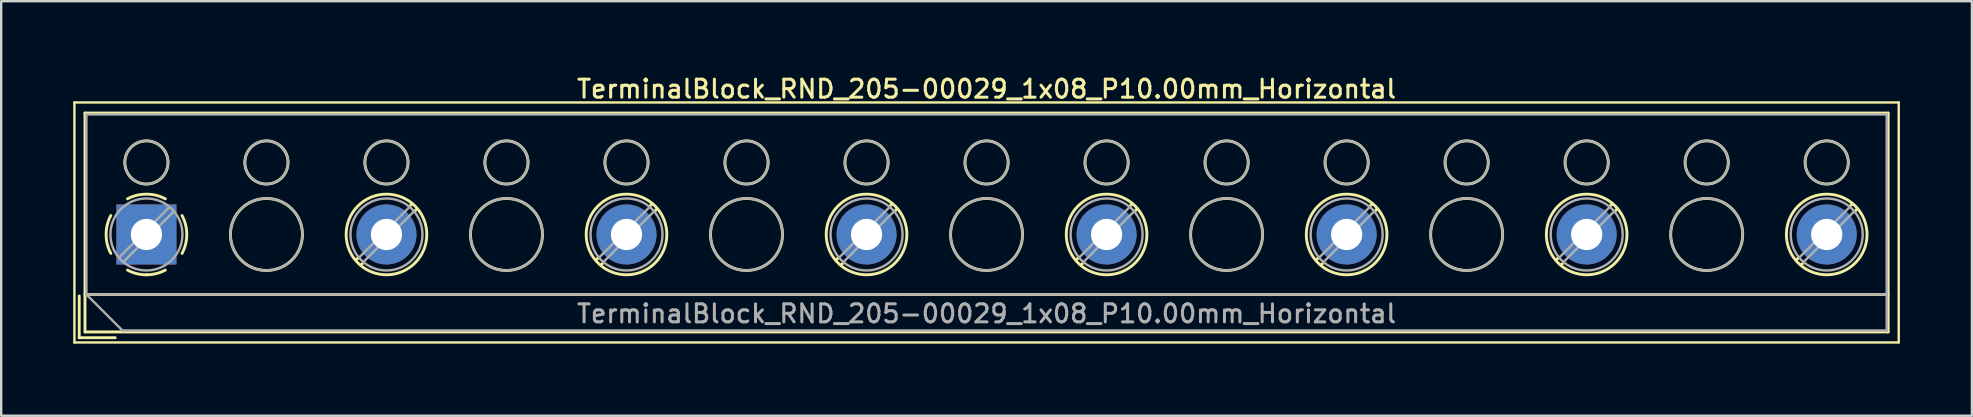
<source format=kicad_pcb>
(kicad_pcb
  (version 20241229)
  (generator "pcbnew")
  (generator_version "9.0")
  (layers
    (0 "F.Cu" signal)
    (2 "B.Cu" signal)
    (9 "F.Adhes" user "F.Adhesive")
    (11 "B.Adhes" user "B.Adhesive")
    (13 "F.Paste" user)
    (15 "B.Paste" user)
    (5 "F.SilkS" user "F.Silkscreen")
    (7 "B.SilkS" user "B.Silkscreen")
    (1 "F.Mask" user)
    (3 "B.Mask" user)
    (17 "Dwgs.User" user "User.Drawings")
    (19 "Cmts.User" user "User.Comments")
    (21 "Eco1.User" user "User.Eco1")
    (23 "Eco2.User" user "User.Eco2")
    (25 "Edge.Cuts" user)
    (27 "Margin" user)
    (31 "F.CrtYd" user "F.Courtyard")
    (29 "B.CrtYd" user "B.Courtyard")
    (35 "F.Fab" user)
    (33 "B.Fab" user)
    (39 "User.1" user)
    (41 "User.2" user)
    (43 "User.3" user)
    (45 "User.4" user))
  (footprint "TerminalBlock_RND_205-00029_1x08_P10.00mm_Horizontal"
    (layer "F.Cu")
    (at 3.05 6.718)
    (property "Reference" "TerminalBlock_RND_205-00029_1x08_P10.00mm_Horizontal" (at 35 -6.06 0) (layer "F.SilkS") (effects (font (size 0.75 0.75) (thickness 0.125))))
    (attr through_hole)
    (fp_line (start -3 -5.5) (end -3 4.5) (stroke (width 0.1) (type solid)) (layer "F.SilkS"))
    (fp_line (start -3 4.5) (end 73 4.5) (stroke (width 0.1) (type solid)) (layer "F.SilkS"))
    (fp_line (start -2.8 2.56) (end -2.8 4.3) (stroke (width 0.12) (type solid)) (layer "F.SilkS"))
    (fp_line (start -2.8 4.3) (end -1.3 4.3) (stroke (width 0.12) (type solid)) (layer "F.SilkS"))
    (fp_line (start -2.56 -5.06) (end -2.56 4.06) (stroke (width 0.12) (type solid)) (layer "F.SilkS"))
    (fp_line (start -2.56 -5.06) (end 72.56 -5.06) (stroke (width 0.12) (type solid)) (layer "F.SilkS"))
    (fp_line (start -2.56 2.5) (end 72.56 2.5) (stroke (width 0.12) (type solid)) (layer "F.SilkS"))
    (fp_line (start -2.56 4.06) (end 72.56 4.06) (stroke (width 0.12) (type solid)) (layer "F.SilkS"))
    (fp_line (start 8.82 0.976) (end 8.726 1.069) (stroke (width 0.12) (type solid)) (layer "F.SilkS"))
    (fp_line (start 8.99 1.216) (end 8.931 1.274) (stroke (width 0.12) (type solid)) (layer "F.SilkS"))
    (fp_line (start 11.07 -1.275) (end 11.011 -1.216) (stroke (width 0.12) (type solid)) (layer "F.SilkS"))
    (fp_line (start 11.275 -1.069) (end 11.181 -0.976) (stroke (width 0.12) (type solid)) (layer "F.SilkS"))
    (fp_line (start 18.82 0.976) (end 18.726 1.069) (stroke (width 0.12) (type solid)) (layer "F.SilkS"))
    (fp_line (start 18.99 1.216) (end 18.931 1.274) (stroke (width 0.12) (type solid)) (layer "F.SilkS"))
    (fp_line (start 21.07 -1.275) (end 21.011 -1.216) (stroke (width 0.12) (type solid)) (layer "F.SilkS"))
    (fp_line (start 21.275 -1.069) (end 21.181 -0.976) (stroke (width 0.12) (type solid)) (layer "F.SilkS"))
    (fp_line (start 28.82 0.976) (end 28.726 1.069) (stroke (width 0.12) (type solid)) (layer "F.SilkS"))
    (fp_line (start 28.99 1.216) (end 28.931 1.274) (stroke (width 0.12) (type solid)) (layer "F.SilkS"))
    (fp_line (start 31.07 -1.275) (end 31.011 -1.216) (stroke (width 0.12) (type solid)) (layer "F.SilkS"))
    (fp_line (start 31.275 -1.069) (end 31.181 -0.976) (stroke (width 0.12) (type solid)) (layer "F.SilkS"))
    (fp_line (start 38.82 0.976) (end 38.726 1.069) (stroke (width 0.12) (type solid)) (layer "F.SilkS"))
    (fp_line (start 38.99 1.216) (end 38.931 1.274) (stroke (width 0.12) (type solid)) (layer "F.SilkS"))
    (fp_line (start 41.07 -1.275) (end 41.011 -1.216) (stroke (width 0.12) (type solid)) (layer "F.SilkS"))
    (fp_line (start 41.275 -1.069) (end 41.181 -0.976) (stroke (width 0.12) (type solid)) (layer "F.SilkS"))
    (fp_line (start 48.82 0.976) (end 48.726 1.069) (stroke (width 0.12) (type solid)) (layer "F.SilkS"))
    (fp_line (start 48.99 1.216) (end 48.931 1.274) (stroke (width 0.12) (type solid)) (layer "F.SilkS"))
    (fp_line (start 51.07 -1.275) (end 51.011 -1.216) (stroke (width 0.12) (type solid)) (layer "F.SilkS"))
    (fp_line (start 51.275 -1.069) (end 51.181 -0.976) (stroke (width 0.12) (type solid)) (layer "F.SilkS"))
    (fp_line (start 58.82 0.976) (end 58.726 1.069) (stroke (width 0.12) (type solid)) (layer "F.SilkS"))
    (fp_line (start 58.99 1.216) (end 58.931 1.274) (stroke (width 0.12) (type solid)) (layer "F.SilkS"))
    (fp_line (start 61.07 -1.275) (end 61.011 -1.216) (stroke (width 0.12) (type solid)) (layer "F.SilkS"))
    (fp_line (start 61.275 -1.069) (end 61.181 -0.976) (stroke (width 0.12) (type solid)) (layer "F.SilkS"))
    (fp_line (start 68.82 0.976) (end 68.726 1.069) (stroke (width 0.12) (type solid)) (layer "F.SilkS"))
    (fp_line (start 68.99 1.216) (end 68.931 1.274) (stroke (width 0.12) (type solid)) (layer "F.SilkS"))
    (fp_line (start 71.07 -1.275) (end 71.011 -1.216) (stroke (width 0.12) (type solid)) (layer "F.SilkS"))
    (fp_line (start 71.275 -1.069) (end 71.181 -0.976) (stroke (width 0.12) (type solid)) (layer "F.SilkS"))
    (fp_line (start 72.56 -5.06) (end 72.56 4.06) (stroke (width 0.12) (type solid)) (layer "F.SilkS"))
    (fp_line (start 73 -5.5) (end -3 -5.5) (stroke (width 0.1) (type solid)) (layer "F.SilkS"))
    (fp_line (start 73 4.5) (end 73 -5.5) (stroke (width 0.1) (type solid)) (layer "F.SilkS"))
    (fp_arc (start -1.483953 0.789089) (mid -1.680708 0.00005) (end -1.484 -0.789) (stroke (width 0.12) (type solid)) (layer "F.SilkS"))
    (fp_arc (start -0.789089 -1.483953) (mid -0.00005 -1.680708) (end 0.789 -1.484) (stroke (width 0.12) (type solid)) (layer "F.SilkS"))
    (fp_arc (start 0.029383 1.68045) (mid -0.392304 1.634281) (end -0.789 1.484) (stroke (width 0.12) (type solid)) (layer "F.SilkS"))
    (fp_arc (start 0.788712 1.483352) (mid 0.406429 1.630097) (end 0 1.68) (stroke (width 0.12) (type solid)) (layer "F.SilkS"))
    (fp_arc (start 1.483953 -0.789089) (mid 1.680708 -0.00005) (end 1.484 0.789) (stroke (width 0.12) (type solid)) (layer "F.SilkS"))
    (fp_circle (center 0 -3) (end 0.9 -3) (stroke (width 0.12) (type solid)) (fill no) (layer "F.SilkS"))
    (fp_circle (center 5 -3) (end 5.9 -3) (stroke (width 0.12) (type solid)) (fill no) (layer "F.SilkS"))
    (fp_circle (center 5 0) (end 6.5 0) (stroke (width 0.12) (type solid)) (fill no) (layer "F.SilkS"))
    (fp_circle (center 10 -3) (end 10.9 -3) (stroke (width 0.12) (type solid)) (fill no) (layer "F.SilkS"))
    (fp_circle (center 10 0) (end 11.68 0) (stroke (width 0.12) (type solid)) (fill no) (layer "F.SilkS"))
    (fp_circle (center 15 -3) (end 15.9 -3) (stroke (width 0.12) (type solid)) (fill no) (layer "F.SilkS"))
    (fp_circle (center 15 0) (end 16.5 0) (stroke (width 0.12) (type solid)) (fill no) (layer "F.SilkS"))
    (fp_circle (center 20 -3) (end 20.9 -3) (stroke (width 0.12) (type solid)) (fill no) (layer "F.SilkS"))
    (fp_circle (center 20 0) (end 21.68 0) (stroke (width 0.12) (type solid)) (fill no) (layer "F.SilkS"))
    (fp_circle (center 25 -3) (end 25.9 -3) (stroke (width 0.12) (type solid)) (fill no) (layer "F.SilkS"))
    (fp_circle (center 25 0) (end 26.5 0) (stroke (width 0.12) (type solid)) (fill no) (layer "F.SilkS"))
    (fp_circle (center 30 -3) (end 30.9 -3) (stroke (width 0.12) (type solid)) (fill no) (layer "F.SilkS"))
    (fp_circle (center 30 0) (end 31.68 0) (stroke (width 0.12) (type solid)) (fill no) (layer "F.SilkS"))
    (fp_circle (center 35 -3) (end 35.9 -3) (stroke (width 0.12) (type solid)) (fill no) (layer "F.SilkS"))
    (fp_circle (center 35 0) (end 36.5 0) (stroke (width 0.12) (type solid)) (fill no) (layer "F.SilkS"))
    (fp_circle (center 40 -3) (end 40.9 -3) (stroke (width 0.12) (type solid)) (fill no) (layer "F.SilkS"))
    (fp_circle (center 40 0) (end 41.68 0) (stroke (width 0.12) (type solid)) (fill no) (layer "F.SilkS"))
    (fp_circle (center 45 -3) (end 45.9 -3) (stroke (width 0.12) (type solid)) (fill no) (layer "F.SilkS"))
    (fp_circle (center 45 0) (end 46.5 0) (stroke (width 0.12) (type solid)) (fill no) (layer "F.SilkS"))
    (fp_circle (center 50 -3) (end 50.9 -3) (stroke (width 0.12) (type solid)) (fill no) (layer "F.SilkS"))
    (fp_circle (center 50 0) (end 51.68 0) (stroke (width 0.12) (type solid)) (fill no) (layer "F.SilkS"))
    (fp_circle (center 55 -3) (end 55.9 -3) (stroke (width 0.12) (type solid)) (fill no) (layer "F.SilkS"))
    (fp_circle (center 55 0) (end 56.5 0) (stroke (width 0.12) (type solid)) (fill no) (layer "F.SilkS"))
    (fp_circle (center 60 -3) (end 60.9 -3) (stroke (width 0.12) (type solid)) (fill no) (layer "F.SilkS"))
    (fp_circle (center 60 0) (end 61.68 0) (stroke (width 0.12) (type solid)) (fill no) (layer "F.SilkS"))
    (fp_circle (center 65 -3) (end 65.9 -3) (stroke (width 0.12) (type solid)) (fill no) (layer "F.SilkS"))
    (fp_circle (center 65 0) (end 66.5 0) (stroke (width 0.12) (type solid)) (fill no) (layer "F.SilkS"))
    (fp_circle (center 70 -3) (end 70.9 -3) (stroke (width 0.12) (type solid)) (fill no) (layer "F.SilkS"))
    (fp_circle (center 70 0) (end 71.68 0) (stroke (width 0.12) (type solid)) (fill no) (layer "F.SilkS"))
    (fp_line (start -2.5 -5) (end 72.5 -5) (stroke (width 0.1) (type solid)) (layer "F.Fab"))
    (fp_line (start -2.5 2.5) (end -2.5 -5) (stroke (width 0.1) (type solid)) (layer "F.Fab"))
    (fp_line (start -2.5 2.5) (end 72.5 2.5) (stroke (width 0.1) (type solid)) (layer "F.Fab"))
    (fp_line (start -1 4) (end -2.5 2.5) (stroke (width 0.1) (type solid)) (layer "F.Fab"))
    (fp_line (start 0.955 -1.138) (end -1.138 0.955) (stroke (width 0.1) (type solid)) (layer "F.Fab"))
    (fp_line (start 1.138 -0.955) (end -0.955 1.138) (stroke (width 0.1) (type solid)) (layer "F.Fab"))
    (fp_line (start 10.955 -1.138) (end 8.863 0.955) (stroke (width 0.1) (type solid)) (layer "F.Fab"))
    (fp_line (start 11.138 -0.955) (end 9.046 1.138) (stroke (width 0.1) (type solid)) (layer "F.Fab"))
    (fp_line (start 20.955 -1.138) (end 18.863 0.955) (stroke (width 0.1) (type solid)) (layer "F.Fab"))
    (fp_line (start 21.138 -0.955) (end 19.046 1.138) (stroke (width 0.1) (type solid)) (layer "F.Fab"))
    (fp_line (start 30.955 -1.138) (end 28.863 0.955) (stroke (width 0.1) (type solid)) (layer "F.Fab"))
    (fp_line (start 31.138 -0.955) (end 29.046 1.138) (stroke (width 0.1) (type solid)) (layer "F.Fab"))
    (fp_line (start 40.955 -1.138) (end 38.863 0.955) (stroke (width 0.1) (type solid)) (layer "F.Fab"))
    (fp_line (start 41.138 -0.955) (end 39.046 1.138) (stroke (width 0.1) (type solid)) (layer "F.Fab"))
    (fp_line (start 50.955 -1.138) (end 48.863 0.955) (stroke (width 0.1) (type solid)) (layer "F.Fab"))
    (fp_line (start 51.138 -0.955) (end 49.046 1.138) (stroke (width 0.1) (type solid)) (layer "F.Fab"))
    (fp_line (start 60.955 -1.138) (end 58.863 0.955) (stroke (width 0.1) (type solid)) (layer "F.Fab"))
    (fp_line (start 61.138 -0.955) (end 59.046 1.138) (stroke (width 0.1) (type solid)) (layer "F.Fab"))
    (fp_line (start 70.955 -1.138) (end 68.863 0.955) (stroke (width 0.1) (type solid)) (layer "F.Fab"))
    (fp_line (start 71.138 -0.955) (end 69.046 1.138) (stroke (width 0.1) (type solid)) (layer "F.Fab"))
    (fp_line (start 72.5 -5) (end 72.5 4) (stroke (width 0.1) (type solid)) (layer "F.Fab"))
    (fp_line (start 72.5 4) (end -1 4) (stroke (width 0.1) (type solid)) (layer "F.Fab"))
    (fp_circle (center 0 -3) (end 0.9 -3) (stroke (width 0.1) (type solid)) (fill no) (layer "F.Fab"))
    (fp_circle (center 0 0) (end 1.5 0) (stroke (width 0.1) (type solid)) (fill no) (layer "F.Fab"))
    (fp_circle (center 5 -3) (end 5.9 -3) (stroke (width 0.1) (type solid)) (fill no) (layer "F.Fab"))
    (fp_circle (center 5 0) (end 6.5 0) (stroke (width 0.1) (type solid)) (fill no) (layer "F.Fab"))
    (fp_circle (center 10 -3) (end 10.9 -3) (stroke (width 0.1) (type solid)) (fill no) (layer "F.Fab"))
    (fp_circle (center 10 0) (end 11.5 0) (stroke (width 0.1) (type solid)) (fill no) (layer "F.Fab"))
    (fp_circle (center 15 -3) (end 15.9 -3) (stroke (width 0.1) (type solid)) (fill no) (layer "F.Fab"))
    (fp_circle (center 15 0) (end 16.5 0) (stroke (width 0.1) (type solid)) (fill no) (layer "F.Fab"))
    (fp_circle (center 20 -3) (end 20.9 -3) (stroke (width 0.1) (type solid)) (fill no) (layer "F.Fab"))
    (fp_circle (center 20 0) (end 21.5 0) (stroke (width 0.1) (type solid)) (fill no) (layer "F.Fab"))
    (fp_circle (center 25 -3) (end 25.9 -3) (stroke (width 0.1) (type solid)) (fill no) (layer "F.Fab"))
    (fp_circle (center 25 0) (end 26.5 0) (stroke (width 0.1) (type solid)) (fill no) (layer "F.Fab"))
    (fp_circle (center 30 -3) (end 30.9 -3) (stroke (width 0.1) (type solid)) (fill no) (layer "F.Fab"))
    (fp_circle (center 30 0) (end 31.5 0) (stroke (width 0.1) (type solid)) (fill no) (layer "F.Fab"))
    (fp_circle (center 35 -3) (end 35.9 -3) (stroke (width 0.1) (type solid)) (fill no) (layer "F.Fab"))
    (fp_circle (center 35 0) (end 36.5 0) (stroke (width 0.1) (type solid)) (fill no) (layer "F.Fab"))
    (fp_circle (center 40 -3) (end 40.9 -3) (stroke (width 0.1) (type solid)) (fill no) (layer "F.Fab"))
    (fp_circle (center 40 0) (end 41.5 0) (stroke (width 0.1) (type solid)) (fill no) (layer "F.Fab"))
    (fp_circle (center 45 -3) (end 45.9 -3) (stroke (width 0.1) (type solid)) (fill no) (layer "F.Fab"))
    (fp_circle (center 45 0) (end 46.5 0) (stroke (width 0.1) (type solid)) (fill no) (layer "F.Fab"))
    (fp_circle (center 50 -3) (end 50.9 -3) (stroke (width 0.1) (type solid)) (fill no) (layer "F.Fab"))
    (fp_circle (center 50 0) (end 51.5 0) (stroke (width 0.1) (type solid)) (fill no) (layer "F.Fab"))
    (fp_circle (center 55 -3) (end 55.9 -3) (stroke (width 0.1) (type solid)) (fill no) (layer "F.Fab"))
    (fp_circle (center 55 0) (end 56.5 0) (stroke (width 0.1) (type solid)) (fill no) (layer "F.Fab"))
    (fp_circle (center 60 -3) (end 60.9 -3) (stroke (width 0.1) (type solid)) (fill no) (layer "F.Fab"))
    (fp_circle (center 60 0) (end 61.5 0) (stroke (width 0.1) (type solid)) (fill no) (layer "F.Fab"))
    (fp_circle (center 65 -3) (end 65.9 -3) (stroke (width 0.1) (type solid)) (fill no) (layer "F.Fab"))
    (fp_circle (center 65 0) (end 66.5 0) (stroke (width 0.1) (type solid)) (fill no) (layer "F.Fab"))
    (fp_circle (center 70 -3) (end 70.9 -3) (stroke (width 0.1) (type solid)) (fill no) (layer "F.Fab"))
    (fp_circle (center 70 0) (end 71.5 0) (stroke (width 0.1) (type solid)) (fill no) (layer "F.Fab"))
    (fp_text user "${REFERENCE}" (at 35 3.3 0) (layer "F.Fab") (effects (font (size 0.75 0.75) (thickness 0.125))))
    (pad "1" thru_hole rect (at 0 0) (size 2.5 2.5) (drill 1.3) (layers "*.Cu" "*.Mask"))
    (pad "2" thru_hole circle (at 10 0) (size 2.5 2.5) (drill 1.3) (layers "*.Cu" "*.Mask"))
    (pad "3" thru_hole circle (at 20 0) (size 2.5 2.5) (drill 1.3) (layers "*.Cu" "*.Mask"))
    (pad "4" thru_hole circle (at 30 0) (size 2.5 2.5) (drill 1.3) (layers "*.Cu" "*.Mask"))
    (pad "5" thru_hole circle (at 40 0) (size 2.5 2.5) (drill 1.3) (layers "*.Cu" "*.Mask"))
    (pad "6" thru_hole circle (at 50 0) (size 2.5 2.5) (drill 1.3) (layers "*.Cu" "*.Mask"))
    (pad "7" thru_hole circle (at 60 0) (size 2.5 2.5) (drill 1.3) (layers "*.Cu" "*.Mask"))
    (pad "8" thru_hole circle (at 70 0) (size 2.5 2.5) (drill 1.3) (layers "*.Cu" "*.Mask")))
  (gr_rect
    (start -3 -3)
    (end 79.1 14.268)
    (stroke (width 0.1) (type default))
    (fill no)
    (layer "Edge.Cuts")))
</source>
